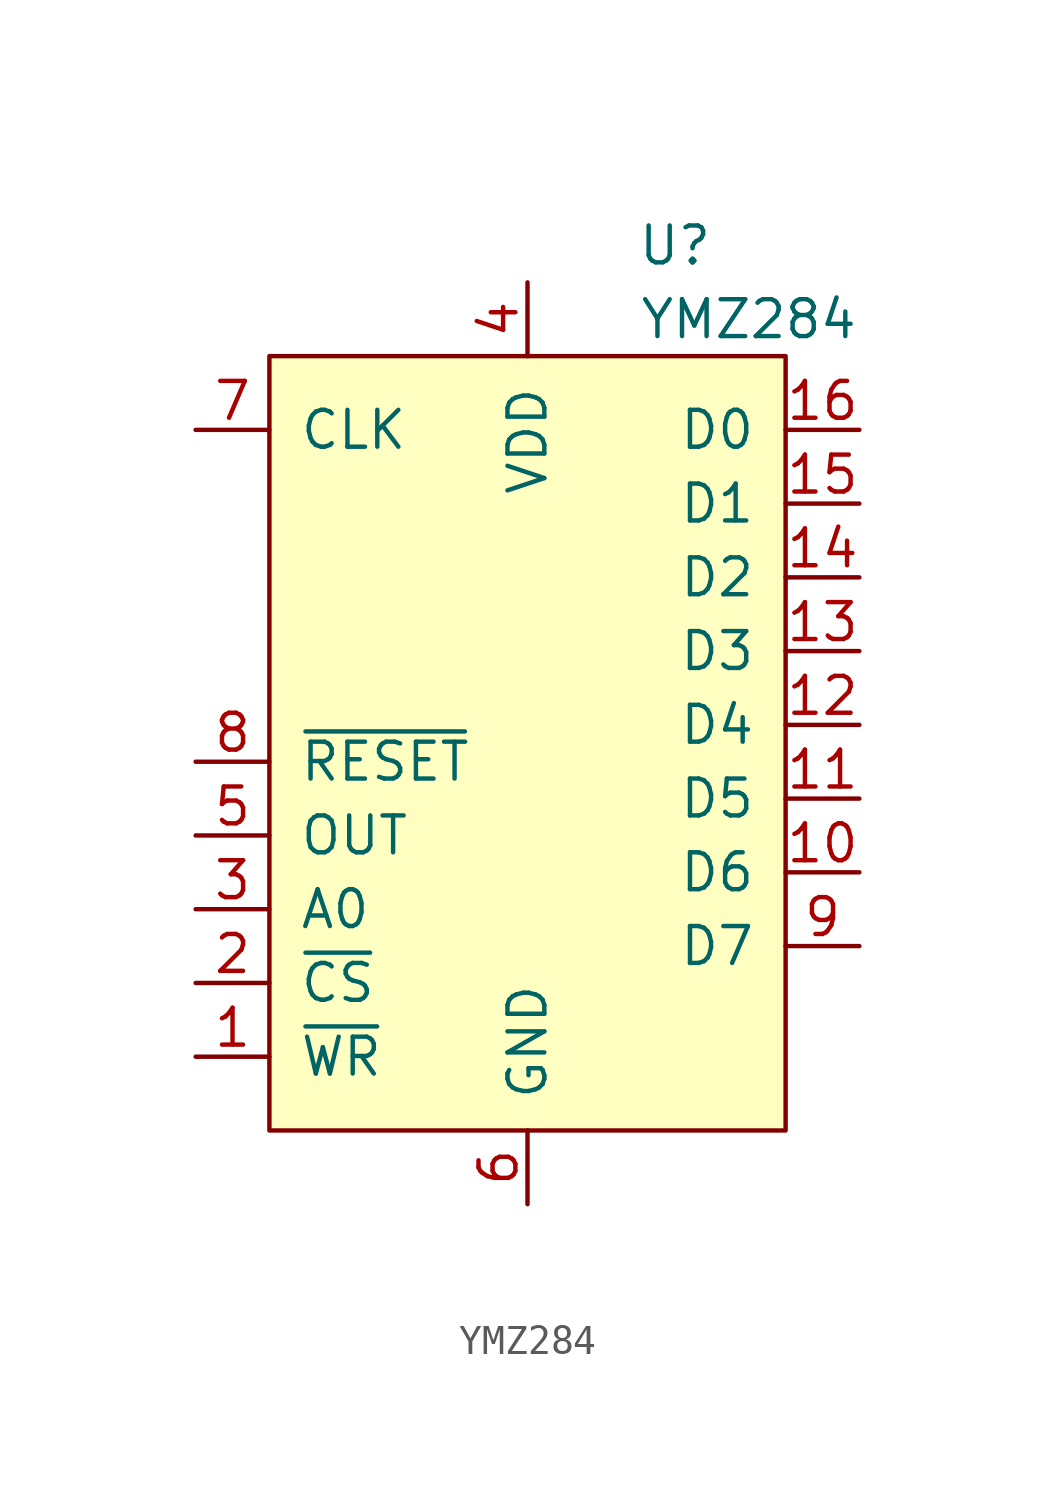
<source format=kicad_sym>
(kicad_symbol_lib
  (version 20231120)
  (generator "kicad_symbol_editor")
  (generator_version "8.0")
  (symbol "YMZ284"
    (pin_names
      (offset 1.016))
    (property "Reference" "U"
      (at 5.08 7.62 0)
      (effects (font (size 1.27 1.27))))
    (property "Value" "YMZ284"
      (at 7.62 5.08 0)
      (effects (font (size 1.27 1.27))))
    (symbol "YMZ284_0_1"
      (rectangle (start -8.89 3.81) (end 8.89 -22.86) (stroke (width 0) (type default)) (fill (type background))))
    (symbol "YMZ284_1_1"
      (pin input line (at -11.43 -20.32 0) (length 2.54) (name "~{WR}" (effects (font (size 1.27 1.27)))) (number "1" (effects (font (size 1.27 1.27)))))
      (pin input line (at 11.43 -13.97 180) (length 2.54) (name "D6" (effects (font (size 1.27 1.27)))) (number "10" (effects (font (size 1.27 1.27)))))
      (pin input line (at 11.43 -11.43 180) (length 2.54) (name "D5" (effects (font (size 1.27 1.27)))) (number "11" (effects (font (size 1.27 1.27)))))
      (pin input line (at 11.43 -8.89 180) (length 2.54) (name "D4" (effects (font (size 1.27 1.27)))) (number "12" (effects (font (size 1.27 1.27)))))
      (pin input line (at 11.43 -6.35 180) (length 2.54) (name "D3" (effects (font (size 1.27 1.27)))) (number "13" (effects (font (size 1.27 1.27)))))
      (pin input line (at 11.43 -3.81 180) (length 2.54) (name "D2" (effects (font (size 1.27 1.27)))) (number "14" (effects (font (size 1.27 1.27)))))
      (pin input line (at 11.43 -1.27 180) (length 2.54) (name "D1" (effects (font (size 1.27 1.27)))) (number "15" (effects (font (size 1.27 1.27)))))
      (pin input line (at 11.43 1.27 180) (length 2.54) (name "D0" (effects (font (size 1.27 1.27)))) (number "16" (effects (font (size 1.27 1.27)))))
      (pin input line (at -11.43 -17.78 0) (length 2.54) (name "~{CS}" (effects (font (size 1.27 1.27)))) (number "2" (effects (font (size 1.27 1.27)))))
      (pin output line (at -11.43 -15.24 0) (length 2.54) (name "A0" (effects (font (size 1.27 1.27)))) (number "3" (effects (font (size 1.27 1.27)))))
      (pin input line (at 0 6.35 270) (length 2.54) (name "VDD" (effects (font (size 1.27 1.27)))) (number "4" (effects (font (size 1.27 1.27)))))
      (pin output line (at -11.43 -12.7 0) (length 2.54) (name "OUT" (effects (font (size 1.27 1.27)))) (number "5" (effects (font (size 1.27 1.27)))))
      (pin input line (at 0 -25.4 90) (length 2.54) (name "GND" (effects (font (size 1.27 1.27)))) (number "6" (effects (font (size 1.27 1.27)))))
      (pin input line (at -11.43 1.27 0) (length 2.54) (name "CLK" (effects (font (size 1.27 1.27)))) (number "7" (effects (font (size 1.27 1.27)))))
      (pin input line (at -11.43 -10.16 0) (length 2.54) (name "~{RESET}" (effects (font (size 1.27 1.27)))) (number "8" (effects (font (size 1.27 1.27)))))
      (pin input line (at 11.43 -16.51 180) (length 2.54) (name "D7" (effects (font (size 1.27 1.27)))) (number "9" (effects (font (size 1.27 1.27))))))))
</source>
